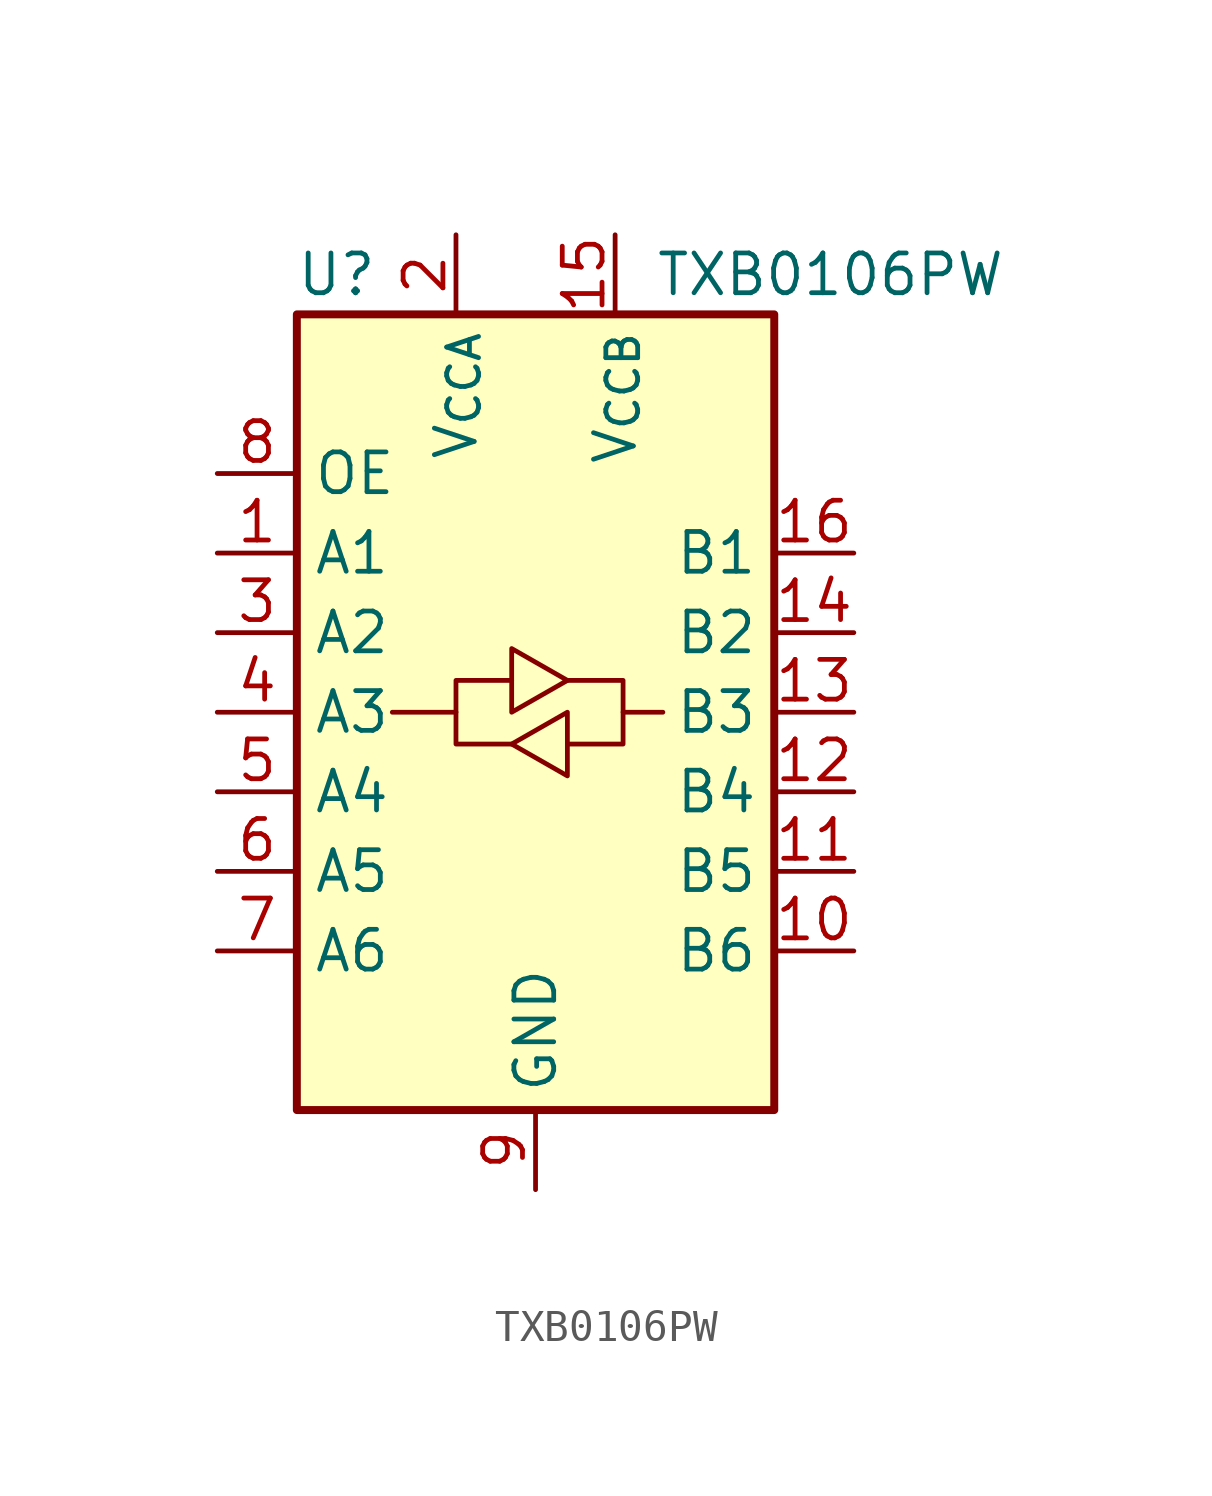
<source format=kicad_sym>
(kicad_symbol_lib
  (version 20220914)
  (generator kicad_symbol_editor)
  (symbol "TXB0106PW"
    (property "Reference" "U"
      (at -6.35 13.97 0)
      (effects (font (size 1.27 1.27))))
    (property "Value" "TXB0106PW"
      (at 3.81 13.97 0)
      (effects (font (size 1.27 1.27)) (justify left)))
    (symbol "TXB0106PW_0_1"
      (rectangle (start -7.62 12.7) (end 7.62 -12.7) (stroke (width 0.254) (type default)) (fill (type background)))
      (polyline (pts (xy -2.54 0) (xy -2.54 1.016) (xy -0.762 1.016)) (stroke (width 0) (type default)) (fill (type none)))
      (polyline (pts (xy 2.794 0) (xy 2.794 -1.016) (xy 1.016 -1.016)) (stroke (width 0) (type default)) (fill (type none)))
      (polyline (pts (xy -0.762 -1.016) (xy -2.54 -1.016) (xy -2.54 0) (xy -4.572 0)) (stroke (width 0) (type default)) (fill (type none)))
      (polyline (pts (xy -0.762 -1.016) (xy 1.016 0) (xy 1.016 -2.032) (xy -0.762 -1.016)) (stroke (width 0) (type default)) (fill (type none)))
      (polyline (pts (xy 1.016 1.016) (xy -0.762 0) (xy -0.762 2.032) (xy 1.016 1.016)) (stroke (width 0) (type default)) (fill (type none)))
      (polyline (pts (xy 1.016 1.016) (xy 2.794 1.016) (xy 2.794 0) (xy 4.064 0)) (stroke (width 0) (type default)) (fill (type none))))
    (symbol "TXB0106PW_1_1"
      (pin bidirectional line (at -10.16 5.08 0) (length 2.54) (name "A1" (effects (font (size 1.27 1.27)))) (number "1" (effects (font (size 1.27 1.27)))))
      (pin bidirectional line (at 10.16 -7.62 180) (length 2.54) (name "B6" (effects (font (size 1.27 1.27)))) (number "10" (effects (font (size 1.27 1.27)))))
      (pin bidirectional line (at 10.16 -5.08 180) (length 2.54) (name "B5" (effects (font (size 1.27 1.27)))) (number "11" (effects (font (size 1.27 1.27)))))
      (pin bidirectional line (at 10.16 -2.54 180) (length 2.54) (name "B4" (effects (font (size 1.27 1.27)))) (number "12" (effects (font (size 1.27 1.27)))))
      (pin bidirectional line (at 10.16 0 180) (length 2.54) (name "B3" (effects (font (size 1.27 1.27)))) (number "13" (effects (font (size 1.27 1.27)))))
      (pin bidirectional line (at 10.16 2.54 180) (length 2.54) (name "B2" (effects (font (size 1.27 1.27)))) (number "14" (effects (font (size 1.27 1.27)))))
      (pin power_in line (at 2.54 15.24 270) (length 2.54) (name "V_{CCB}" (effects (font (size 1.27 1.27)))) (number "15" (effects (font (size 1.27 1.27)))))
      (pin bidirectional line (at 10.16 5.08 180) (length 2.54) (name "B1" (effects (font (size 1.27 1.27)))) (number "16" (effects (font (size 1.27 1.27)))))
      (pin power_in line (at -2.54 15.24 270) (length 2.54) (name "V_{CCA}" (effects (font (size 1.27 1.27)))) (number "2" (effects (font (size 1.27 1.27)))))
      (pin bidirectional line (at -10.16 2.54 0) (length 2.54) (name "A2" (effects (font (size 1.27 1.27)))) (number "3" (effects (font (size 1.27 1.27)))))
      (pin bidirectional line (at -10.16 0 0) (length 2.54) (name "A3" (effects (font (size 1.27 1.27)))) (number "4" (effects (font (size 1.27 1.27)))))
      (pin bidirectional line (at -10.16 -2.54 0) (length 2.54) (name "A4" (effects (font (size 1.27 1.27)))) (number "5" (effects (font (size 1.27 1.27)))))
      (pin bidirectional line (at -10.16 -5.08 0) (length 2.54) (name "A5" (effects (font (size 1.27 1.27)))) (number "6" (effects (font (size 1.27 1.27)))))
      (pin bidirectional line (at -10.16 -7.62 0) (length 2.54) (name "A6" (effects (font (size 1.27 1.27)))) (number "7" (effects (font (size 1.27 1.27)))))
      (pin input line (at -10.16 7.62 0) (length 2.54) (name "OE" (effects (font (size 1.27 1.27)))) (number "8" (effects (font (size 1.27 1.27)))))
      (pin power_in line (at 0 -15.24 90) (length 2.54) (name "GND" (effects (font (size 1.27 1.27)))) (number "9" (effects (font (size 1.27 1.27))))))))
</source>
